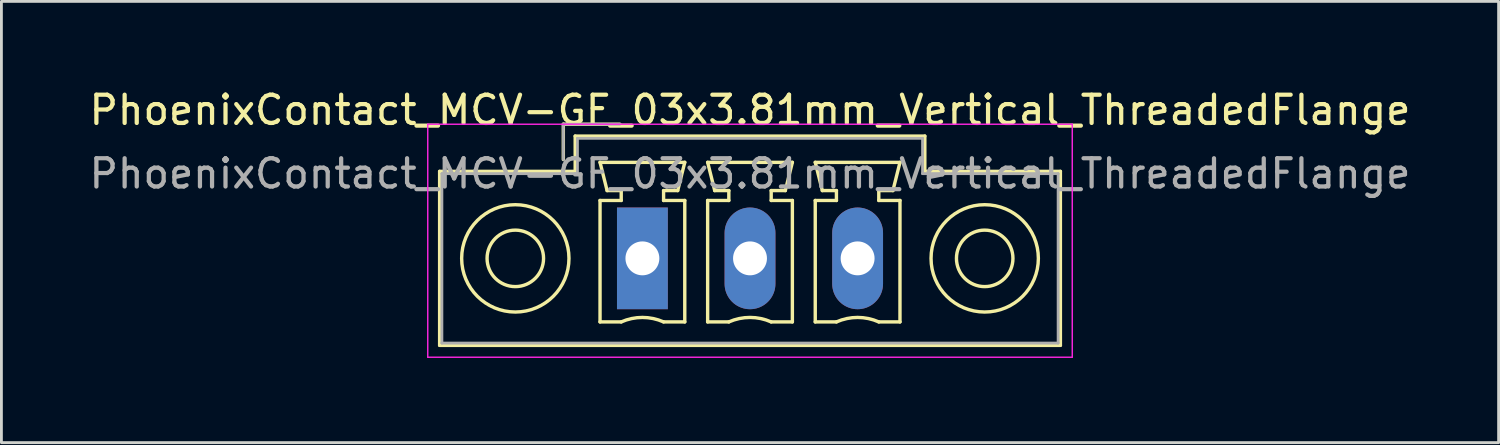
<source format=kicad_pcb>
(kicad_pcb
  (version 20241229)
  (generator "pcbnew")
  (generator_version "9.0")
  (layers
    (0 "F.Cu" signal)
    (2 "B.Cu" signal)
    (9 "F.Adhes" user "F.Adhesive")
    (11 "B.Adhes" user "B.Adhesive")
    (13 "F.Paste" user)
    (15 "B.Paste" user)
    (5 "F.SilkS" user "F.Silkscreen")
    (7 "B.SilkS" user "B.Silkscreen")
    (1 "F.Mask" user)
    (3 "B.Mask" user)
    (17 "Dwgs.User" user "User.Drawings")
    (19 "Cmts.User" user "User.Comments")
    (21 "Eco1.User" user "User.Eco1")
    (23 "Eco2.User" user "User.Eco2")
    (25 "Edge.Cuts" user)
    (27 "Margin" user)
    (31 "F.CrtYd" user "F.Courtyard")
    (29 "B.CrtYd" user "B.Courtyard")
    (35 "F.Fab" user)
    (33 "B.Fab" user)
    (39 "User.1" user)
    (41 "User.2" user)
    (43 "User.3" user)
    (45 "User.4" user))
  (footprint "PhoenixContact_MCV-GF_03x3.81mm_Vertical_ThreadedFlange"
    (layer "F.Cu")
    (at 19.696 6.098)
    (property "Reference" "PhoenixContact_MCV-GF_03x3.81mm_Vertical_ThreadedFlange" (at 3.81 -5.25 0) (layer "F.SilkS") (effects (font (size 1 1) (thickness 0.15))))
    (attr through_hole)
    (fp_line (start -7.18 -3.08) (end -7.18 3.08) (stroke (width 0.12) (type solid)) (layer "F.SilkS"))
    (fp_line (start -7.18 3.08) (end 14.8 3.08) (stroke (width 0.12) (type solid)) (layer "F.SilkS"))
    (fp_line (start -2.8 -4.75) (end -0.8 -4.75) (stroke (width 0.12) (type solid)) (layer "F.SilkS"))
    (fp_line (start -2.8 -3.5) (end -2.8 -4.75) (stroke (width 0.12) (type solid)) (layer "F.SilkS"))
    (fp_line (start -2.38 -4.33) (end -2.38 -3.08) (stroke (width 0.12) (type solid)) (layer "F.SilkS"))
    (fp_line (start -2.38 -3.08) (end -7.18 -3.08) (stroke (width 0.12) (type solid)) (layer "F.SilkS"))
    (fp_line (start -1.5 -3.4) (end 1.5 -3.4) (stroke (width 0.12) (type solid)) (layer "F.SilkS"))
    (fp_line (start -1.5 -2.05) (end -0.75 -2.05) (stroke (width 0.12) (type solid)) (layer "F.SilkS"))
    (fp_line (start -1.5 2.25) (end -1.5 -2.05) (stroke (width 0.12) (type solid)) (layer "F.SilkS"))
    (fp_line (start -1.25 -2.4) (end -1.5 -3.4) (stroke (width 0.12) (type solid)) (layer "F.SilkS"))
    (fp_line (start -0.75 -2.4) (end -1.25 -2.4) (stroke (width 0.12) (type solid)) (layer "F.SilkS"))
    (fp_line (start -0.75 -2.05) (end -0.75 -2.4) (stroke (width 0.12) (type solid)) (layer "F.SilkS"))
    (fp_line (start -0.75 2.25) (end -1.5 2.25) (stroke (width 0.12) (type solid)) (layer "F.SilkS"))
    (fp_line (start 0.75 -2.4) (end 0.75 -2.05) (stroke (width 0.12) (type solid)) (layer "F.SilkS"))
    (fp_line (start 0.75 -2.05) (end 1.5 -2.05) (stroke (width 0.12) (type solid)) (layer "F.SilkS"))
    (fp_line (start 1.25 -2.4) (end 0.75 -2.4) (stroke (width 0.12) (type solid)) (layer "F.SilkS"))
    (fp_line (start 1.5 -3.4) (end 1.25 -2.4) (stroke (width 0.12) (type solid)) (layer "F.SilkS"))
    (fp_line (start 1.5 -2.05) (end 1.5 2.25) (stroke (width 0.12) (type solid)) (layer "F.SilkS"))
    (fp_line (start 1.5 2.25) (end 0.75 2.25) (stroke (width 0.12) (type solid)) (layer "F.SilkS"))
    (fp_line (start 2.31 -3.4) (end 5.31 -3.4) (stroke (width 0.12) (type solid)) (layer "F.SilkS"))
    (fp_line (start 2.31 -2.05) (end 3.06 -2.05) (stroke (width 0.12) (type solid)) (layer "F.SilkS"))
    (fp_line (start 2.31 2.25) (end 2.31 -2.05) (stroke (width 0.12) (type solid)) (layer "F.SilkS"))
    (fp_line (start 2.56 -2.4) (end 2.31 -3.4) (stroke (width 0.12) (type solid)) (layer "F.SilkS"))
    (fp_line (start 3.06 -2.4) (end 2.56 -2.4) (stroke (width 0.12) (type solid)) (layer "F.SilkS"))
    (fp_line (start 3.06 -2.05) (end 3.06 -2.4) (stroke (width 0.12) (type solid)) (layer "F.SilkS"))
    (fp_line (start 3.06 2.25) (end 2.31 2.25) (stroke (width 0.12) (type solid)) (layer "F.SilkS"))
    (fp_line (start 4.56 -2.4) (end 4.56 -2.05) (stroke (width 0.12) (type solid)) (layer "F.SilkS"))
    (fp_line (start 4.56 -2.05) (end 5.31 -2.05) (stroke (width 0.12) (type solid)) (layer "F.SilkS"))
    (fp_line (start 5.06 -2.4) (end 4.56 -2.4) (stroke (width 0.12) (type solid)) (layer "F.SilkS"))
    (fp_line (start 5.31 -3.4) (end 5.06 -2.4) (stroke (width 0.12) (type solid)) (layer "F.SilkS"))
    (fp_line (start 5.31 -2.05) (end 5.31 2.25) (stroke (width 0.12) (type solid)) (layer "F.SilkS"))
    (fp_line (start 5.31 2.25) (end 4.56 2.25) (stroke (width 0.12) (type solid)) (layer "F.SilkS"))
    (fp_line (start 6.12 -3.4) (end 9.12 -3.4) (stroke (width 0.12) (type solid)) (layer "F.SilkS"))
    (fp_line (start 6.12 -2.05) (end 6.87 -2.05) (stroke (width 0.12) (type solid)) (layer "F.SilkS"))
    (fp_line (start 6.12 2.25) (end 6.12 -2.05) (stroke (width 0.12) (type solid)) (layer "F.SilkS"))
    (fp_line (start 6.37 -2.4) (end 6.12 -3.4) (stroke (width 0.12) (type solid)) (layer "F.SilkS"))
    (fp_line (start 6.87 -2.4) (end 6.37 -2.4) (stroke (width 0.12) (type solid)) (layer "F.SilkS"))
    (fp_line (start 6.87 -2.05) (end 6.87 -2.4) (stroke (width 0.12) (type solid)) (layer "F.SilkS"))
    (fp_line (start 6.87 2.25) (end 6.12 2.25) (stroke (width 0.12) (type solid)) (layer "F.SilkS"))
    (fp_line (start 8.37 -2.4) (end 8.37 -2.05) (stroke (width 0.12) (type solid)) (layer "F.SilkS"))
    (fp_line (start 8.37 -2.05) (end 9.12 -2.05) (stroke (width 0.12) (type solid)) (layer "F.SilkS"))
    (fp_line (start 8.87 -2.4) (end 8.37 -2.4) (stroke (width 0.12) (type solid)) (layer "F.SilkS"))
    (fp_line (start 9.12 -3.4) (end 8.87 -2.4) (stroke (width 0.12) (type solid)) (layer "F.SilkS"))
    (fp_line (start 9.12 -2.05) (end 9.12 2.25) (stroke (width 0.12) (type solid)) (layer "F.SilkS"))
    (fp_line (start 9.12 2.25) (end 8.37 2.25) (stroke (width 0.12) (type solid)) (layer "F.SilkS"))
    (fp_line (start 10 -4.33) (end -2.38 -4.33) (stroke (width 0.12) (type solid)) (layer "F.SilkS"))
    (fp_line (start 10 -3.08) (end 10 -4.33) (stroke (width 0.12) (type solid)) (layer "F.SilkS"))
    (fp_line (start 14.8 -3.08) (end 10 -3.08) (stroke (width 0.12) (type solid)) (layer "F.SilkS"))
    (fp_line (start 14.8 3.08) (end 14.8 -3.08) (stroke (width 0.12) (type solid)) (layer "F.SilkS"))
    (fp_arc (start -0.75 2.25) (mid -0.000193 2.09191) (end 0.749647 2.249844) (stroke (width 0.12) (type solid)) (layer "F.SilkS"))
    (fp_arc (start 3.06 2.25) (mid 3.809807 2.09191) (end 4.559647 2.249844) (stroke (width 0.12) (type solid)) (layer "F.SilkS"))
    (fp_arc (start 6.87 2.25) (mid 7.619807 2.09191) (end 8.369647 2.249844) (stroke (width 0.12) (type solid)) (layer "F.SilkS"))
    (fp_circle (center -4.5 0) (end -3.5 0) (stroke (width 0.12) (type solid)) (fill no) (layer "F.SilkS"))
    (fp_circle (center -4.5 0) (end -2.6 0) (stroke (width 0.12) (type solid)) (fill no) (layer "F.SilkS"))
    (fp_circle (center 12.12 0) (end 13.12 0) (stroke (width 0.12) (type solid)) (fill no) (layer "F.SilkS"))
    (fp_circle (center 12.12 0) (end 14.02 0) (stroke (width 0.12) (type solid)) (fill no) (layer "F.SilkS"))
    (fp_line (start -7.6 -4.75) (end -7.6 3.5) (stroke (width 0.05) (type solid)) (layer "F.CrtYd"))
    (fp_line (start -7.6 3.5) (end 15.22 3.5) (stroke (width 0.05) (type solid)) (layer "F.CrtYd"))
    (fp_line (start 15.22 -4.75) (end -7.6 -4.75) (stroke (width 0.05) (type solid)) (layer "F.CrtYd"))
    (fp_line (start 15.22 3.5) (end 15.22 -4.75) (stroke (width 0.05) (type solid)) (layer "F.CrtYd"))
    (fp_line (start -7.1 -3) (end -7.1 3) (stroke (width 0.1) (type solid)) (layer "F.Fab"))
    (fp_line (start -7.1 3) (end 14.72 3) (stroke (width 0.1) (type solid)) (layer "F.Fab"))
    (fp_line (start -2.8 -4.75) (end -0.8 -4.75) (stroke (width 0.1) (type solid)) (layer "F.Fab"))
    (fp_line (start -2.8 -3.5) (end -2.8 -4.75) (stroke (width 0.1) (type solid)) (layer "F.Fab"))
    (fp_line (start -2.3 -4.25) (end -2.3 -3) (stroke (width 0.1) (type solid)) (layer "F.Fab"))
    (fp_line (start -2.3 -3) (end -7.1 -3) (stroke (width 0.1) (type solid)) (layer "F.Fab"))
    (fp_line (start 9.92 -4.25) (end -2.3 -4.25) (stroke (width 0.1) (type solid)) (layer "F.Fab"))
    (fp_line (start 9.92 -3) (end 9.92 -4.25) (stroke (width 0.1) (type solid)) (layer "F.Fab"))
    (fp_line (start 14.72 -3) (end 9.92 -3) (stroke (width 0.1) (type solid)) (layer "F.Fab"))
    (fp_line (start 14.72 3) (end 14.72 -3) (stroke (width 0.1) (type solid)) (layer "F.Fab"))
    (fp_text user "${REFERENCE}" (at 3.81 -3 0) (layer "F.Fab") (effects (font (size 1 1) (thickness 0.15))))
    (pad "1" thru_hole rect (at 0 0) (size 1.8 3.6) (drill 1.2) (layers "*.Cu" "*.Mask"))
    (pad "2" thru_hole oval (at 3.81 0) (size 1.8 3.6) (drill 1.2) (layers "*.Cu" "*.Mask"))
    (pad "3" thru_hole oval (at 7.62 0) (size 1.8 3.6) (drill 1.2) (layers "*.Cu" "*.Mask")))
  (gr_rect
    (start -3 -3)
    (end 50.012 12.623)
    (stroke (width 0.1) (type default))
    (fill no)
    (layer "Edge.Cuts")))
</source>
